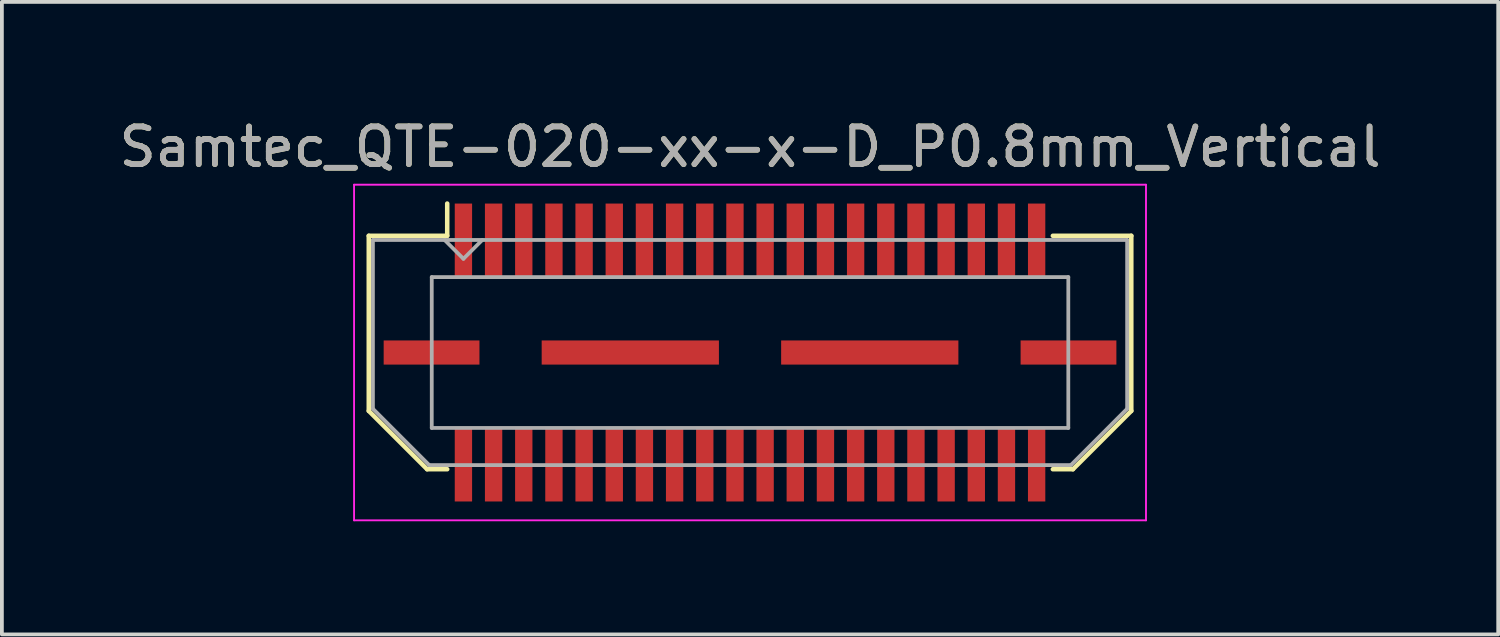
<source format=kicad_pcb>
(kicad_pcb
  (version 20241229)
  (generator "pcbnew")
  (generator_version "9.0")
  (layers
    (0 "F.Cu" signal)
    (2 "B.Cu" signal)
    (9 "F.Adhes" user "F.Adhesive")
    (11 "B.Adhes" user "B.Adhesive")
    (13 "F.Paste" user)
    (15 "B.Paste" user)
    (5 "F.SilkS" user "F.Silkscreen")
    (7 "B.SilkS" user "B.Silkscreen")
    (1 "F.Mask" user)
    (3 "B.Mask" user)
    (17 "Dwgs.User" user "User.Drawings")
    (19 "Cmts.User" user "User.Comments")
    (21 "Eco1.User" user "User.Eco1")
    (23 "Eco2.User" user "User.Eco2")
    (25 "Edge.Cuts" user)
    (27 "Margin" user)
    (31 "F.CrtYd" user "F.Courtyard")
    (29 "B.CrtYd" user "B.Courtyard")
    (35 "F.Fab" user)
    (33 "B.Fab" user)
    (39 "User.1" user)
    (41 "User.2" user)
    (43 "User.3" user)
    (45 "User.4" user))
  (footprint "Samtec_QTE-020-xx-x-D_P0.8mm_Vertical"
    (layer "F.Cu")
    (at 16.839 6.298)
    (property "Reference" "Samtec_QTE-020-xx-x-D_P0.8mm_Vertical" (at 0 -5.45 0) (layer "F.SilkS") (effects (font (size 1 1) (thickness 0.15))))
    (attr smd)
    (fp_line (start -10.11 -3.095) (end -10.11 1.548) (stroke (width 0.12) (type solid)) (layer "F.SilkS"))
    (fp_line (start -10.11 1.548) (end -8.562 3.095) (stroke (width 0.12) (type solid)) (layer "F.SilkS"))
    (fp_line (start -8.562 3.095) (end -8.03 3.095) (stroke (width 0.12) (type solid)) (layer "F.SilkS"))
    (fp_line (start -8.03 -3.95) (end -8.03 -3.095) (stroke (width 0.12) (type solid)) (layer "F.SilkS"))
    (fp_line (start -8.03 -3.095) (end -10.11 -3.095) (stroke (width 0.12) (type solid)) (layer "F.SilkS"))
    (fp_line (start 8.03 -3.095) (end 10.11 -3.095) (stroke (width 0.12) (type solid)) (layer "F.SilkS"))
    (fp_line (start 8.562 3.095) (end 8.03 3.095) (stroke (width 0.12) (type solid)) (layer "F.SilkS"))
    (fp_line (start 10.11 -3.095) (end 10.11 1.548) (stroke (width 0.12) (type solid)) (layer "F.SilkS"))
    (fp_line (start 10.11 1.548) (end 8.562 3.095) (stroke (width 0.12) (type solid)) (layer "F.SilkS"))
    (fp_line (start -10.5 -4.45) (end -10.5 4.45) (stroke (width 0.05) (type solid)) (layer "F.CrtYd"))
    (fp_line (start -10.5 4.45) (end 10.5 4.45) (stroke (width 0.05) (type solid)) (layer "F.CrtYd"))
    (fp_line (start 10.5 -4.45) (end -10.5 -4.45) (stroke (width 0.05) (type solid)) (layer "F.CrtYd"))
    (fp_line (start 10.5 4.45) (end 10.5 -4.45) (stroke (width 0.05) (type solid)) (layer "F.CrtYd"))
    (fp_line (start -10 -2.985) (end -10 1.492) (stroke (width 0.1) (type solid)) (layer "F.Fab"))
    (fp_line (start -10 -2.985) (end 10 -2.985) (stroke (width 0.1) (type solid)) (layer "F.Fab"))
    (fp_line (start -10 1.492) (end -8.508 2.985) (stroke (width 0.1) (type solid)) (layer "F.Fab"))
    (fp_line (start -8.508 2.985) (end 8.508 2.985) (stroke (width 0.1) (type solid)) (layer "F.Fab"))
    (fp_line (start -8.44 -2) (end -8.44 2) (stroke (width 0.1) (type solid)) (layer "F.Fab"))
    (fp_line (start -8.44 2) (end 8.44 2) (stroke (width 0.1) (type solid)) (layer "F.Fab"))
    (fp_line (start -7.6 -2.485) (end -8.1 -2.985) (stroke (width 0.1) (type solid)) (layer "F.Fab"))
    (fp_line (start -7.1 -2.985) (end -7.6 -2.485) (stroke (width 0.1) (type solid)) (layer "F.Fab"))
    (fp_line (start 8.44 -2) (end -8.44 -2) (stroke (width 0.1) (type solid)) (layer "F.Fab"))
    (fp_line (start 8.44 2) (end 8.44 -2) (stroke (width 0.1) (type solid)) (layer "F.Fab"))
    (fp_line (start 10 -2.985) (end 10 1.492) (stroke (width 0.1) (type solid)) (layer "F.Fab"))
    (fp_line (start 10 1.492) (end 8.508 2.985) (stroke (width 0.1) (type solid)) (layer "F.Fab"))
    (fp_text user "${REFERENCE}" (at 0 -5.45 0) (layer "F.Fab") (effects (font (size 1 1) (thickness 0.15))))
    (pad "1" smd rect (at -7.6 -2.98) (size 0.46 1.94) (layers "F.Cu" "F.Mask" "F.Paste"))
    (pad "2" smd rect (at -7.6 2.98) (size 0.46 1.94) (layers "F.Cu" "F.Mask" "F.Paste"))
    (pad "3" smd rect (at -6.8 -2.98) (size 0.46 1.94) (layers "F.Cu" "F.Mask" "F.Paste"))
    (pad "4" smd rect (at -6.8 2.98) (size 0.46 1.94) (layers "F.Cu" "F.Mask" "F.Paste"))
    (pad "5" smd rect (at -6 -2.98) (size 0.46 1.94) (layers "F.Cu" "F.Mask" "F.Paste"))
    (pad "6" smd rect (at -6 2.98) (size 0.46 1.94) (layers "F.Cu" "F.Mask" "F.Paste"))
    (pad "7" smd rect (at -5.2 -2.98) (size 0.46 1.94) (layers "F.Cu" "F.Mask" "F.Paste"))
    (pad "8" smd rect (at -5.2 2.98) (size 0.46 1.94) (layers "F.Cu" "F.Mask" "F.Paste"))
    (pad "9" smd rect (at -4.4 -2.98) (size 0.46 1.94) (layers "F.Cu" "F.Mask" "F.Paste"))
    (pad "10" smd rect (at -4.4 2.98) (size 0.46 1.94) (layers "F.Cu" "F.Mask" "F.Paste"))
    (pad "11" smd rect (at -3.6 -2.98) (size 0.46 1.94) (layers "F.Cu" "F.Mask" "F.Paste"))
    (pad "12" smd rect (at -3.6 2.98) (size 0.46 1.94) (layers "F.Cu" "F.Mask" "F.Paste"))
    (pad "13" smd rect (at -2.8 -2.98) (size 0.46 1.94) (layers "F.Cu" "F.Mask" "F.Paste"))
    (pad "14" smd rect (at -2.8 2.98) (size 0.46 1.94) (layers "F.Cu" "F.Mask" "F.Paste"))
    (pad "15" smd rect (at -2 -2.98) (size 0.46 1.94) (layers "F.Cu" "F.Mask" "F.Paste"))
    (pad "16" smd rect (at -2 2.98) (size 0.46 1.94) (layers "F.Cu" "F.Mask" "F.Paste"))
    (pad "17" smd rect (at -1.2 -2.98) (size 0.46 1.94) (layers "F.Cu" "F.Mask" "F.Paste"))
    (pad "18" smd rect (at -1.2 2.98) (size 0.46 1.94) (layers "F.Cu" "F.Mask" "F.Paste"))
    (pad "19" smd rect (at -0.4 -2.98) (size 0.46 1.94) (layers "F.Cu" "F.Mask" "F.Paste"))
    (pad "20" smd rect (at -0.4 2.98) (size 0.46 1.94) (layers "F.Cu" "F.Mask" "F.Paste"))
    (pad "21" smd rect (at 0.4 -2.98) (size 0.46 1.94) (layers "F.Cu" "F.Mask" "F.Paste"))
    (pad "22" smd rect (at 0.4 2.98) (size 0.46 1.94) (layers "F.Cu" "F.Mask" "F.Paste"))
    (pad "23" smd rect (at 1.2 -2.98) (size 0.46 1.94) (layers "F.Cu" "F.Mask" "F.Paste"))
    (pad "24" smd rect (at 1.2 2.98) (size 0.46 1.94) (layers "F.Cu" "F.Mask" "F.Paste"))
    (pad "25" smd rect (at 2 -2.98) (size 0.46 1.94) (layers "F.Cu" "F.Mask" "F.Paste"))
    (pad "26" smd rect (at 2 2.98) (size 0.46 1.94) (layers "F.Cu" "F.Mask" "F.Paste"))
    (pad "27" smd rect (at 2.8 -2.98) (size 0.46 1.94) (layers "F.Cu" "F.Mask" "F.Paste"))
    (pad "28" smd rect (at 2.8 2.98) (size 0.46 1.94) (layers "F.Cu" "F.Mask" "F.Paste"))
    (pad "29" smd rect (at 3.6 -2.98) (size 0.46 1.94) (layers "F.Cu" "F.Mask" "F.Paste"))
    (pad "30" smd rect (at 3.6 2.98) (size 0.46 1.94) (layers "F.Cu" "F.Mask" "F.Paste"))
    (pad "31" smd rect (at 4.4 -2.98) (size 0.46 1.94) (layers "F.Cu" "F.Mask" "F.Paste"))
    (pad "32" smd rect (at 4.4 2.98) (size 0.46 1.94) (layers "F.Cu" "F.Mask" "F.Paste"))
    (pad "33" smd rect (at 5.2 -2.98) (size 0.46 1.94) (layers "F.Cu" "F.Mask" "F.Paste"))
    (pad "34" smd rect (at 5.2 2.98) (size 0.46 1.94) (layers "F.Cu" "F.Mask" "F.Paste"))
    (pad "35" smd rect (at 6 -2.98) (size 0.46 1.94) (layers "F.Cu" "F.Mask" "F.Paste"))
    (pad "36" smd rect (at 6 2.98) (size 0.46 1.94) (layers "F.Cu" "F.Mask" "F.Paste"))
    (pad "37" smd rect (at 6.8 -2.98) (size 0.46 1.94) (layers "F.Cu" "F.Mask" "F.Paste"))
    (pad "38" smd rect (at 6.8 2.98) (size 0.46 1.94) (layers "F.Cu" "F.Mask" "F.Paste"))
    (pad "39" smd rect (at 7.6 -2.98) (size 0.46 1.94) (layers "F.Cu" "F.Mask" "F.Paste"))
    (pad "40" smd rect (at 7.6 2.98) (size 0.46 1.94) (layers "F.Cu" "F.Mask" "F.Paste"))
    (pad "P1" smd rect (at -8.445 0) (size 2.54 0.64) (layers "F.Cu" "F.Mask" "F.Paste"))
    (pad "P1" smd rect (at -3.175 0) (size 4.7 0.64) (layers "F.Cu" "F.Mask" "F.Paste"))
    (pad "P1" smd rect (at 3.175 0) (size 4.7 0.64) (layers "F.Cu" "F.Mask" "F.Paste"))
    (pad "P1" smd rect (at 8.445 0) (size 2.54 0.64) (layers "F.Cu" "F.Mask" "F.Paste")))
  (gr_rect
    (start -3 -3)
    (end 36.679 13.773)
    (stroke (width 0.1) (type default))
    (fill no)
    (layer "Edge.Cuts")))
</source>
